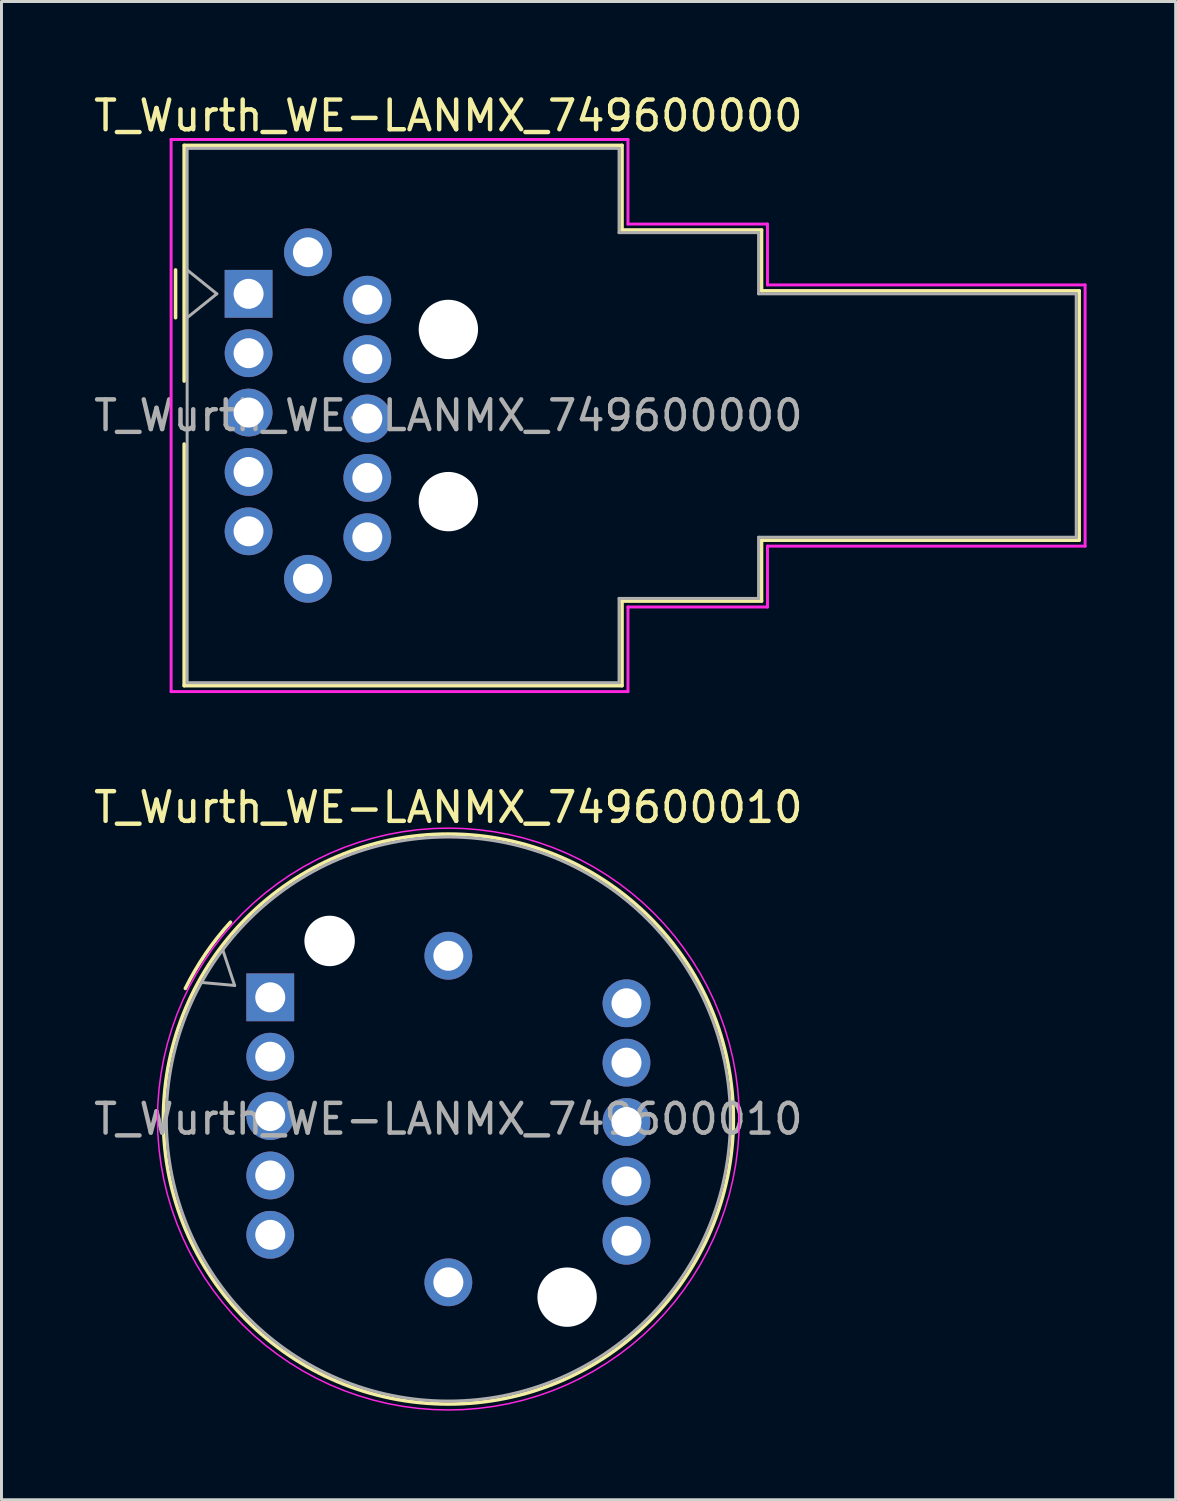
<source format=kicad_pcb>
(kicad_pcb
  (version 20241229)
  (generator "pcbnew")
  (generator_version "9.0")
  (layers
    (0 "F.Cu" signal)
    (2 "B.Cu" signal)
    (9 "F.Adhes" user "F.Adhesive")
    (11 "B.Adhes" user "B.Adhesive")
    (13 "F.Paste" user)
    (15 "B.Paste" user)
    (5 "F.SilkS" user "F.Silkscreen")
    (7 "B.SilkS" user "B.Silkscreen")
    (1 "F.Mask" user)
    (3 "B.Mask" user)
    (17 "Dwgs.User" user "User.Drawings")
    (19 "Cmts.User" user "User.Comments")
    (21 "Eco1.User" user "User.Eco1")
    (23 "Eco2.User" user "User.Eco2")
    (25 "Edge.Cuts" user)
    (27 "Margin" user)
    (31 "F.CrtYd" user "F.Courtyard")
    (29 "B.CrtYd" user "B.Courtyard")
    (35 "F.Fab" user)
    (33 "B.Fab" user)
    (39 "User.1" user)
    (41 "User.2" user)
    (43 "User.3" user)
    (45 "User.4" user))
  (footprint "T_Wurth_WE-LANMX_749600000"
    (layer "F.Cu")
    (at 5.324 6.848)
    (property "Reference" "T_Wurth_WE-LANMX_749600000" (at 6.73 -6 0) (unlocked yes) (layer "F.SilkS") (effects (font (size 1 1) (thickness 0.15))))
    (attr smd)
    (fp_line (start -2.46 -0.805) (end -2.46 0.805) (stroke (width 0.12) (type solid)) (layer "F.SilkS"))
    (fp_line (start -2.17 -5) (end 12.58 -5) (stroke (width 0.12) (type solid)) (layer "F.SilkS"))
    (fp_line (start -2.17 2.94) (end -2.17 -5) (stroke (width 0.12) (type solid)) (layer "F.SilkS"))
    (fp_line (start -2.17 13.2) (end -2.17 5.06) (stroke (width 0.12) (type default)) (layer "F.SilkS"))
    (fp_line (start 12.58 -5) (end 12.58 -2.15) (stroke (width 0.12) (type solid)) (layer "F.SilkS"))
    (fp_line (start 12.58 -2.15) (end 17.28 -2.15) (stroke (width 0.12) (type solid)) (layer "F.SilkS"))
    (fp_line (start 12.58 10.35) (end 12.58 13.2) (stroke (width 0.12) (type solid)) (layer "F.SilkS"))
    (fp_line (start 12.58 13.2) (end -2.17 13.2) (stroke (width 0.12) (type solid)) (layer "F.SilkS"))
    (fp_line (start 17.28 -2.15) (end 17.28 -0.1) (stroke (width 0.12) (type solid)) (layer "F.SilkS"))
    (fp_line (start 17.28 -0.1) (end 27.98 -0.1) (stroke (width 0.12) (type solid)) (layer "F.SilkS"))
    (fp_line (start 17.28 8.3) (end 17.28 10.35) (stroke (width 0.12) (type solid)) (layer "F.SilkS"))
    (fp_line (start 17.28 10.35) (end 12.58 10.35) (stroke (width 0.12) (type solid)) (layer "F.SilkS"))
    (fp_line (start 27.98 -0.1) (end 27.98 8.3) (stroke (width 0.12) (type solid)) (layer "F.SilkS"))
    (fp_line (start 27.98 8.3) (end 17.28 8.3) (stroke (width 0.12) (type solid)) (layer "F.SilkS"))
    (fp_line (start -2.61 -5.2) (end 12.78 -5.2) (stroke (width 0.1) (type default)) (layer "F.CrtYd"))
    (fp_line (start -2.61 13.4) (end -2.61 -5.2) (stroke (width 0.1) (type default)) (layer "F.CrtYd"))
    (fp_line (start 12.78 -5.2) (end 12.78 -2.35) (stroke (width 0.1) (type default)) (layer "F.CrtYd"))
    (fp_line (start 12.78 -2.35) (end 17.48 -2.35) (stroke (width 0.1) (type default)) (layer "F.CrtYd"))
    (fp_line (start 12.78 10.55) (end 12.78 13.4) (stroke (width 0.1) (type default)) (layer "F.CrtYd"))
    (fp_line (start 12.78 13.4) (end -2.61 13.4) (stroke (width 0.1) (type default)) (layer "F.CrtYd"))
    (fp_line (start 17.48 -2.35) (end 17.48 -0.3) (stroke (width 0.1) (type default)) (layer "F.CrtYd"))
    (fp_line (start 17.48 -0.3) (end 28.18 -0.3) (stroke (width 0.1) (type default)) (layer "F.CrtYd"))
    (fp_line (start 17.48 8.5) (end 17.48 10.55) (stroke (width 0.1) (type default)) (layer "F.CrtYd"))
    (fp_line (start 17.48 10.55) (end 12.78 10.55) (stroke (width 0.1) (type default)) (layer "F.CrtYd"))
    (fp_line (start 28.18 -0.3) (end 28.18 8.5) (stroke (width 0.1) (type default)) (layer "F.CrtYd"))
    (fp_line (start 28.18 8.5) (end 17.48 8.5) (stroke (width 0.1) (type default)) (layer "F.CrtYd"))
    (fp_line (start -2.07 -4.9) (end 12.48 -4.9) (stroke (width 0.1) (type solid)) (layer "F.Fab"))
    (fp_line (start -2.07 -0.805) (end -1.07 0) (stroke (width 0.1) (type solid)) (layer "F.Fab"))
    (fp_line (start -2.07 13.1) (end -2.07 -4.9) (stroke (width 0.1) (type solid)) (layer "F.Fab"))
    (fp_line (start -1.07 0) (end -2.07 0.805) (stroke (width 0.1) (type solid)) (layer "F.Fab"))
    (fp_line (start 12.48 -4.9) (end 12.48 -2.06) (stroke (width 0.1) (type solid)) (layer "F.Fab"))
    (fp_line (start 12.48 -2.06) (end 17.18 -2.06) (stroke (width 0.1) (type solid)) (layer "F.Fab"))
    (fp_line (start 12.48 10.26) (end 12.48 13.1) (stroke (width 0.1) (type solid)) (layer "F.Fab"))
    (fp_line (start 12.48 13.1) (end -2.07 13.1) (stroke (width 0.1) (type solid)) (layer "F.Fab"))
    (fp_line (start 17.18 -2.06) (end 17.18 0) (stroke (width 0.1) (type solid)) (layer "F.Fab"))
    (fp_line (start 17.18 0) (end 27.88 0) (stroke (width 0.1) (type solid)) (layer "F.Fab"))
    (fp_line (start 17.18 8.2) (end 17.18 10.26) (stroke (width 0.1) (type solid)) (layer "F.Fab"))
    (fp_line (start 17.18 10.26) (end 12.48 10.26) (stroke (width 0.1) (type solid)) (layer "F.Fab"))
    (fp_line (start 27.88 0) (end 27.88 8.2) (stroke (width 0.1) (type solid)) (layer "F.Fab"))
    (fp_line (start 27.88 8.2) (end 17.18 8.2) (stroke (width 0.1) (type solid)) (layer "F.Fab"))
    (fp_text user "${REFERENCE}" (at 6.73 4.1 0) (unlocked yes) (layer "F.Fab") (effects (font (size 1 1) (thickness 0.15))))
    (pad "" smd rect (at -0.78 4) (size 3.16 1.6) (layers "F.Paste"))
    (pad "" smd rect (at 0 -0.78) (size 1.6 3.16) (layers "F.Paste"))
    (pad "" smd rect (at 0 8.78) (size 1.6 3.16) (layers "F.Paste"))
    (pad "" smd rect (at 0.61 2) (size 2.81 1.8) (layers "F.Paste"))
    (pad "" smd rect (at 0.61 6) (size 2.81 1.8) (layers "F.Paste"))
    (pad "" smd rect (at 2 -2.18) (size 1.6 3.16) (layers "F.Paste"))
    (pad "" smd rect (at 2 10.38) (size 1.6 3.16) (layers "F.Paste"))
    (pad "" smd rect (at 4.08 2.2) (size 3.16 1.6) (layers "F.Paste"))
    (pad "" smd rect (at 4.08 6.2) (size 3.16 1.6) (layers "F.Paste"))
    (pad "" smd rect (at 4.42 -0.03) (size 2.46 2.06) (layers "F.Paste"))
    (pad "" smd rect (at 4.42 8.43) (size 2.46 2.06) (layers "F.Paste"))
    (pad "" smd rect (at 4.78 4.2) (size 3.16 1.6) (layers "F.Paste"))
    (pad "" np_thru_hole circle (at 6.73 1.2 270) (size 2 2) (drill 2) (layers "*.Cu" "*.Mask"))
    (pad "" np_thru_hole circle (at 6.73 7 270) (size 2 2) (drill 2) (layers "*.Cu" "*.Mask"))
    (pad "1" thru_hole rect (at 0 0 270) (size 1.61 1.61) (drill 1.01) (layers "*.Cu" "*.Mask"))
    (pad "2" thru_hole circle (at 0 2 270) (size 1.61 1.61) (drill 1.01) (layers "*.Cu" "*.Mask"))
    (pad "3" thru_hole circle (at 0 4 270) (size 1.61 1.61) (drill 1.01) (layers "*.Cu" "*.Mask"))
    (pad "4" thru_hole circle (at 0 6 270) (size 1.61 1.61) (drill 1.01) (layers "*.Cu" "*.Mask"))
    (pad "5" thru_hole circle (at 0 8 270) (size 1.61 1.61) (drill 1.01) (layers "*.Cu" "*.Mask"))
    (pad "6" thru_hole circle (at 4 8.2 270) (size 1.61 1.61) (drill 1.01) (layers "*.Cu" "*.Mask"))
    (pad "7" thru_hole circle (at 4 6.2 270) (size 1.61 1.61) (drill 1.01) (layers "*.Cu" "*.Mask"))
    (pad "8" thru_hole circle (at 4 4.2 270) (size 1.61 1.61) (drill 1.01) (layers "*.Cu" "*.Mask"))
    (pad "9" thru_hole circle (at 4 2.2 270) (size 1.61 1.61) (drill 1.01) (layers "*.Cu" "*.Mask"))
    (pad "10" thru_hole circle (at 4 0.2 270) (size 1.61 1.61) (drill 1.01) (layers "*.Cu" "*.Mask"))
    (pad "S1" thru_hole circle (at 2 -1.4 270) (size 1.61 1.61) (drill 1.01) (layers "*.Cu" "*.Mask"))
    (pad "S2" thru_hole circle (at 2 9.6 270) (size 1.61 1.61) (drill 1.01) (layers "*.Cu" "*.Mask")))
  (footprint "T_Wurth_WE-LANMX_749600010"
    (layer "F.Cu")
    (at 6.054 30.547)
    (property "Reference" "T_Wurth_WE-LANMX_749600010" (at 6 -6.4 0) (unlocked yes) (layer "F.SilkS") (effects (font (size 1 1) (thickness 0.15))))
    (attr smd)
    (fp_arc (start -2.86 -0.3) (mid -2.178015 -1.468815) (end -1.34 -2.531341) (stroke (width 0.12) (type default)) (layer "F.SilkS"))
    (fp_circle (center 6 4.1) (end 6 -5.5) (stroke (width 0.12) (type solid)) (fill no) (layer "F.SilkS"))
    (fp_poly (pts (xy -3.8 4.1) (xy -3.787 3.587) (xy -3.746 3.076) (xy -3.679 2.567) (xy -3.586 2.062) (xy -3.466 1.564) (xy -3.32 1.072) (xy -3.149 0.588) (xy -2.953 0.114) (xy -2.732 -0.349) (xy -2.487 -0.8) (xy -2.219 -1.237) (xy -1.928 -1.66) (xy -1.616 -2.067) (xy -1.283 -2.457) (xy -0.93 -2.83) (xy -0.557 -3.183) (xy -0.167 -3.516) (xy 0.24 -3.828) (xy 0.663 -4.119) (xy 1.1 -4.387) (xy 1.551 -4.632) (xy 2.014 -4.853) (xy 2.488 -5.049) (xy 2.972 -5.22) (xy 3.464 -5.366) (xy 3.962 -5.486) (xy 4.467 -5.579) (xy 4.976 -5.646) (xy 5.487 -5.687) (xy 6 -5.7) (xy 6.513 -5.687) (xy 7.024 -5.646) (xy 7.533 -5.579) (xy 8.038 -5.486) (xy 8.536 -5.366) (xy 9.028 -5.22) (xy 9.512 -5.049) (xy 9.986 -4.853) (xy 10.449 -4.632) (xy 10.9 -4.387) (xy 11.337 -4.119) (xy 11.76 -3.828) (xy 12.167 -3.516) (xy 12.557 -3.183) (xy 12.93 -2.83) (xy 13.283 -2.457) (xy 13.616 -2.067) (xy 13.928 -1.66) (xy 14.219 -1.237) (xy 14.487 -0.8) (xy 14.732 -0.349) (xy 14.953 0.114) (xy 15.149 0.588) (xy 15.32 1.072) (xy 15.466 1.564) (xy 15.586 2.062) (xy 15.679 2.567) (xy 15.746 3.076) (xy 15.787 3.587) (xy 15.8 4.1) (xy 15.787 4.613) (xy 15.746 5.124) (xy 15.679 5.633) (xy 15.586 6.138) (xy 15.466 6.636) (xy 15.32 7.128) (xy 15.149 7.612) (xy 14.953 8.086) (xy 14.732 8.549) (xy 14.487 9) (xy 14.219 9.437) (xy 13.928 9.86) (xy 13.616 10.267) (xy 13.283 10.657) (xy 12.93 11.03) (xy 12.557 11.383) (xy 12.167 11.716) (xy 11.76 12.028) (xy 11.337 12.319) (xy 10.9 12.587) (xy 10.449 12.832) (xy 9.986 13.053) (xy 9.512 13.249) (xy 9.028 13.42) (xy 8.536 13.566) (xy 8.038 13.686) (xy 7.533 13.779) (xy 7.024 13.846) (xy 6.513 13.887) (xy 6 13.9) (xy 5.487 13.887) (xy 4.976 13.846) (xy 4.467 13.779) (xy 3.962 13.686) (xy 3.464 13.566) (xy 2.972 13.42) (xy 2.488 13.249) (xy 2.014 13.053) (xy 1.551 12.832) (xy 1.1 12.587) (xy 0.663 12.319) (xy 0.24 12.028) (xy -0.167 11.716) (xy -0.557 11.383) (xy -0.93 11.03) (xy -1.283 10.657) (xy -1.616 10.267) (xy -1.928 9.86) (xy -2.219 9.437) (xy -2.487 9) (xy -2.732 8.549) (xy -2.953 8.086) (xy -3.149 7.612) (xy -3.32 7.128) (xy -3.466 6.636) (xy -3.586 6.138) (xy -3.679 5.633) (xy -3.746 5.124) (xy -3.787 4.613) (xy -3.8 4.1)) (stroke (width 0.05) (type solid)) (fill no) (layer "F.CrtYd"))
    (fp_line (start -2.3 -0.5) (end -1.2 -0.4) (stroke (width 0.1) (type default)) (layer "F.Fab"))
    (fp_line (start -1.2 -0.4) (end -1.6 -1.6) (stroke (width 0.1) (type default)) (layer "F.Fab"))
    (fp_circle (center 6 4.1) (end 6 -5.4) (stroke (width 0.1) (type solid)) (fill no) (layer "F.Fab"))
    (fp_text user "${REFERENCE}" (at 6 4.1 0) (unlocked yes) (layer "F.Fab") (effects (font (size 1 1) (thickness 0.15))))
    (pad "" smd rect (at 0 0) (size 3.2 1.6) (layers "F.Paste"))
    (pad "" smd rect (at 0 2) (size 3.2 1.6) (layers "F.Paste"))
    (pad "" smd rect (at 0 4) (size 3.2 1.6) (layers "F.Paste"))
    (pad "" smd rect (at 0 6) (size 3.2 1.6) (layers "F.Paste"))
    (pad "" smd rect (at 0 8) (size 3.2 1.6) (layers "F.Paste"))
    (pad "" np_thru_hole circle (at 2 -1.9 90) (size 1.7 1.7) (drill 1.7) (layers "*.Cu" "*.Mask"))
    (pad "" smd rect (at 6 -1.4) (size 3.2 1.6) (layers "F.Paste"))
    (pad "" smd rect (at 6 9.6) (size 3.2 1.6) (layers "F.Paste"))
    (pad "" np_thru_hole circle (at 10 10.1 90) (size 2 2) (drill 2) (layers "*.Cu" "*.Mask"))
    (pad "" smd rect (at 12 0.2) (size 3.2 1.6) (layers "F.Paste"))
    (pad "" smd rect (at 12 2.2) (size 3.2 1.6) (layers "F.Paste"))
    (pad "" smd rect (at 12 4.2) (size 3.2 1.6) (layers "F.Paste"))
    (pad "" smd rect (at 12 6.2) (size 3.2 1.6) (layers "F.Paste"))
    (pad "" smd rect (at 12 8.2) (size 3.2 1.6) (layers "F.Paste"))
    (pad "1" thru_hole rect (at 0 0 90) (size 1.61 1.61) (drill 1.01) (layers "*.Cu" "*.Mask"))
    (pad "2" thru_hole circle (at 0 2 90) (size 1.61 1.61) (drill 1.01) (layers "*.Cu" "*.Mask"))
    (pad "3" thru_hole circle (at 0 4 90) (size 1.61 1.61) (drill 1.01) (layers "*.Cu" "*.Mask"))
    (pad "4" thru_hole circle (at 0 6 90) (size 1.61 1.61) (drill 1.01) (layers "*.Cu" "*.Mask"))
    (pad "5" thru_hole circle (at 0 8 90) (size 1.61 1.61) (drill 1.01) (layers "*.Cu" "*.Mask"))
    (pad "6" thru_hole circle (at 12 8.2 90) (size 1.61 1.61) (drill 1.01) (layers "*.Cu" "*.Mask"))
    (pad "7" thru_hole circle (at 12 6.2 90) (size 1.61 1.61) (drill 1.01) (layers "*.Cu" "*.Mask"))
    (pad "8" thru_hole circle (at 12 4.2 90) (size 1.61 1.61) (drill 1.01) (layers "*.Cu" "*.Mask"))
    (pad "9" thru_hole circle (at 12 2.2 90) (size 1.61 1.61) (drill 1.01) (layers "*.Cu" "*.Mask"))
    (pad "10" thru_hole circle (at 12 0.2 90) (size 1.61 1.61) (drill 1.01) (layers "*.Cu" "*.Mask"))
    (pad "GND" thru_hole circle (at 6 -1.4 90) (size 1.61 1.61) (drill 1.01) (layers "*.Cu" "*.Mask"))
    (pad "GND1" thru_hole circle (at 6 9.6 90) (size 1.61 1.61) (drill 1.01) (layers "*.Cu" "*.Mask")))
  (gr_rect
    (start -3 -3)
    (end 36.554 47.471)
    (stroke (width 0.1) (type default))
    (fill no)
    (layer "Edge.Cuts")))
</source>
